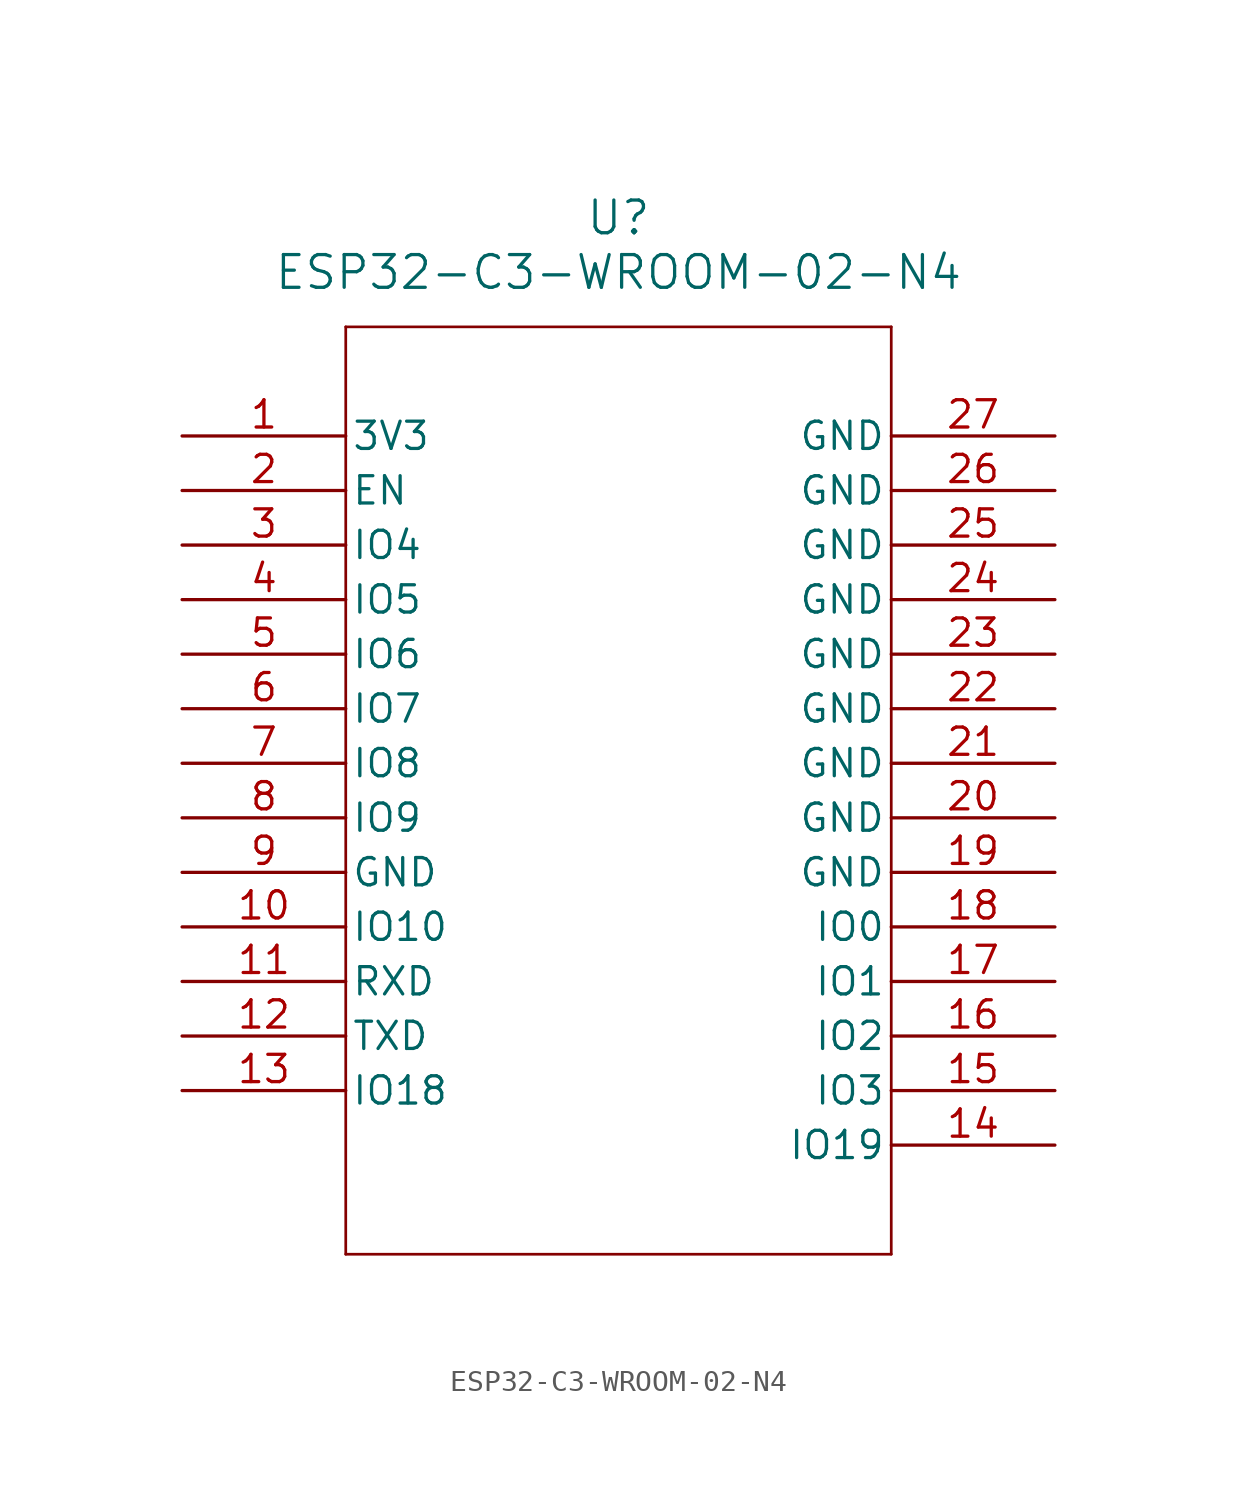
<source format=kicad_sym>
(kicad_symbol_lib
  (version 20211014)
  (generator kicad_symbol_editor)
  (symbol "ESP32-C3-WROOM-02-N4"
    (pin_names
      (offset 0.254))
    (property "Reference" "U"
      (at 20.32 10.16 0)
      (effects (font (size 1.524 1.524))))
    (property "Value" "ESP32-C3-WROOM-02-N4"
      (at 20.32 7.62 0)
      (effects (font (size 1.524 1.524))))
    (symbol "ESP32-C3-WROOM-02-N4_0_1"
      (polyline (pts (xy 7.62 5.08) (xy 7.62 -38.1)) (stroke (width 0.127) (type default) (color 0 0 0 0)) (fill (type none)))
      (polyline (pts (xy 7.62 -38.1) (xy 33.02 -38.1)) (stroke (width 0.127) (type default) (color 0 0 0 0)) (fill (type none)))
      (polyline (pts (xy 33.02 -38.1) (xy 33.02 5.08)) (stroke (width 0.127) (type default) (color 0 0 0 0)) (fill (type none)))
      (polyline (pts (xy 33.02 5.08) (xy 7.62 5.08)) (stroke (width 0.127) (type default) (color 0 0 0 0)) (fill (type none)))
      (pin unspecified line (at 0 0 0) (length 7.62) (name "3V3" (effects (font (size 1.27 1.27)))) (number "1" (effects (font (size 1.27 1.27)))))
      (pin unspecified line (at 0 -2.54 0) (length 7.62) (name "EN" (effects (font (size 1.27 1.27)))) (number "2" (effects (font (size 1.27 1.27)))))
      (pin bidirectional line (at 0 -5.08 0) (length 7.62) (name "IO4" (effects (font (size 1.27 1.27)))) (number "3" (effects (font (size 1.27 1.27)))))
      (pin bidirectional line (at 0 -7.62 0) (length 7.62) (name "IO5" (effects (font (size 1.27 1.27)))) (number "4" (effects (font (size 1.27 1.27)))))
      (pin bidirectional line (at 0 -10.16 0) (length 7.62) (name "IO6" (effects (font (size 1.27 1.27)))) (number "5" (effects (font (size 1.27 1.27)))))
      (pin bidirectional line (at 0 -12.7 0) (length 7.62) (name "IO7" (effects (font (size 1.27 1.27)))) (number "6" (effects (font (size 1.27 1.27)))))
      (pin bidirectional line (at 0 -15.24 0) (length 7.62) (name "IO8" (effects (font (size 1.27 1.27)))) (number "7" (effects (font (size 1.27 1.27)))))
      (pin bidirectional line (at 0 -17.78 0) (length 7.62) (name "IO9" (effects (font (size 1.27 1.27)))) (number "8" (effects (font (size 1.27 1.27)))))
      (pin power_out line (at 0 -20.32 0) (length 7.62) (name "GND" (effects (font (size 1.27 1.27)))) (number "9" (effects (font (size 1.27 1.27)))))
      (pin bidirectional line (at 0 -22.86 0) (length 7.62) (name "IO10" (effects (font (size 1.27 1.27)))) (number "10" (effects (font (size 1.27 1.27)))))
      (pin unspecified line (at 0 -25.4 0) (length 7.62) (name "RXD" (effects (font (size 1.27 1.27)))) (number "11" (effects (font (size 1.27 1.27)))))
      (pin unspecified line (at 0 -27.94 0) (length 7.62) (name "TXD" (effects (font (size 1.27 1.27)))) (number "12" (effects (font (size 1.27 1.27)))))
      (pin bidirectional line (at 0 -30.48 0) (length 7.62) (name "IO18" (effects (font (size 1.27 1.27)))) (number "13" (effects (font (size 1.27 1.27)))))
      (pin bidirectional line (at 40.64 -33.02 180) (length 7.62) (name "IO19" (effects (font (size 1.27 1.27)))) (number "14" (effects (font (size 1.27 1.27)))))
      (pin bidirectional line (at 40.64 -30.48 180) (length 7.62) (name "IO3" (effects (font (size 1.27 1.27)))) (number "15" (effects (font (size 1.27 1.27)))))
      (pin bidirectional line (at 40.64 -27.94 180) (length 7.62) (name "IO2" (effects (font (size 1.27 1.27)))) (number "16" (effects (font (size 1.27 1.27)))))
      (pin bidirectional line (at 40.64 -25.4 180) (length 7.62) (name "IO1" (effects (font (size 1.27 1.27)))) (number "17" (effects (font (size 1.27 1.27)))))
      (pin bidirectional line (at 40.64 -22.86 180) (length 7.62) (name "IO0" (effects (font (size 1.27 1.27)))) (number "18" (effects (font (size 1.27 1.27)))))
      (pin power_out line (at 40.64 -20.32 180) (length 7.62) (name "GND" (effects (font (size 1.27 1.27)))) (number "19" (effects (font (size 1.27 1.27)))))
      (pin power_out line (at 40.64 -17.78 180) (length 7.62) (name "GND" (effects (font (size 1.27 1.27)))) (number "20" (effects (font (size 1.27 1.27)))))
      (pin power_out line (at 40.64 -15.24 180) (length 7.62) (name "GND" (effects (font (size 1.27 1.27)))) (number "21" (effects (font (size 1.27 1.27)))))
      (pin power_out line (at 40.64 -12.7 180) (length 7.62) (name "GND" (effects (font (size 1.27 1.27)))) (number "22" (effects (font (size 1.27 1.27)))))
      (pin power_out line (at 40.64 -10.16 180) (length 7.62) (name "GND" (effects (font (size 1.27 1.27)))) (number "23" (effects (font (size 1.27 1.27)))))
      (pin power_out line (at 40.64 -7.62 180) (length 7.62) (name "GND" (effects (font (size 1.27 1.27)))) (number "24" (effects (font (size 1.27 1.27)))))
      (pin power_out line (at 40.64 -5.08 180) (length 7.62) (name "GND" (effects (font (size 1.27 1.27)))) (number "25" (effects (font (size 1.27 1.27)))))
      (pin power_out line (at 40.64 -2.54 180) (length 7.62) (name "GND" (effects (font (size 1.27 1.27)))) (number "26" (effects (font (size 1.27 1.27)))))
      (pin power_out line (at 40.64 0 180) (length 7.62) (name "GND" (effects (font (size 1.27 1.27)))) (number "27" (effects (font (size 1.27 1.27))))))))
</source>
